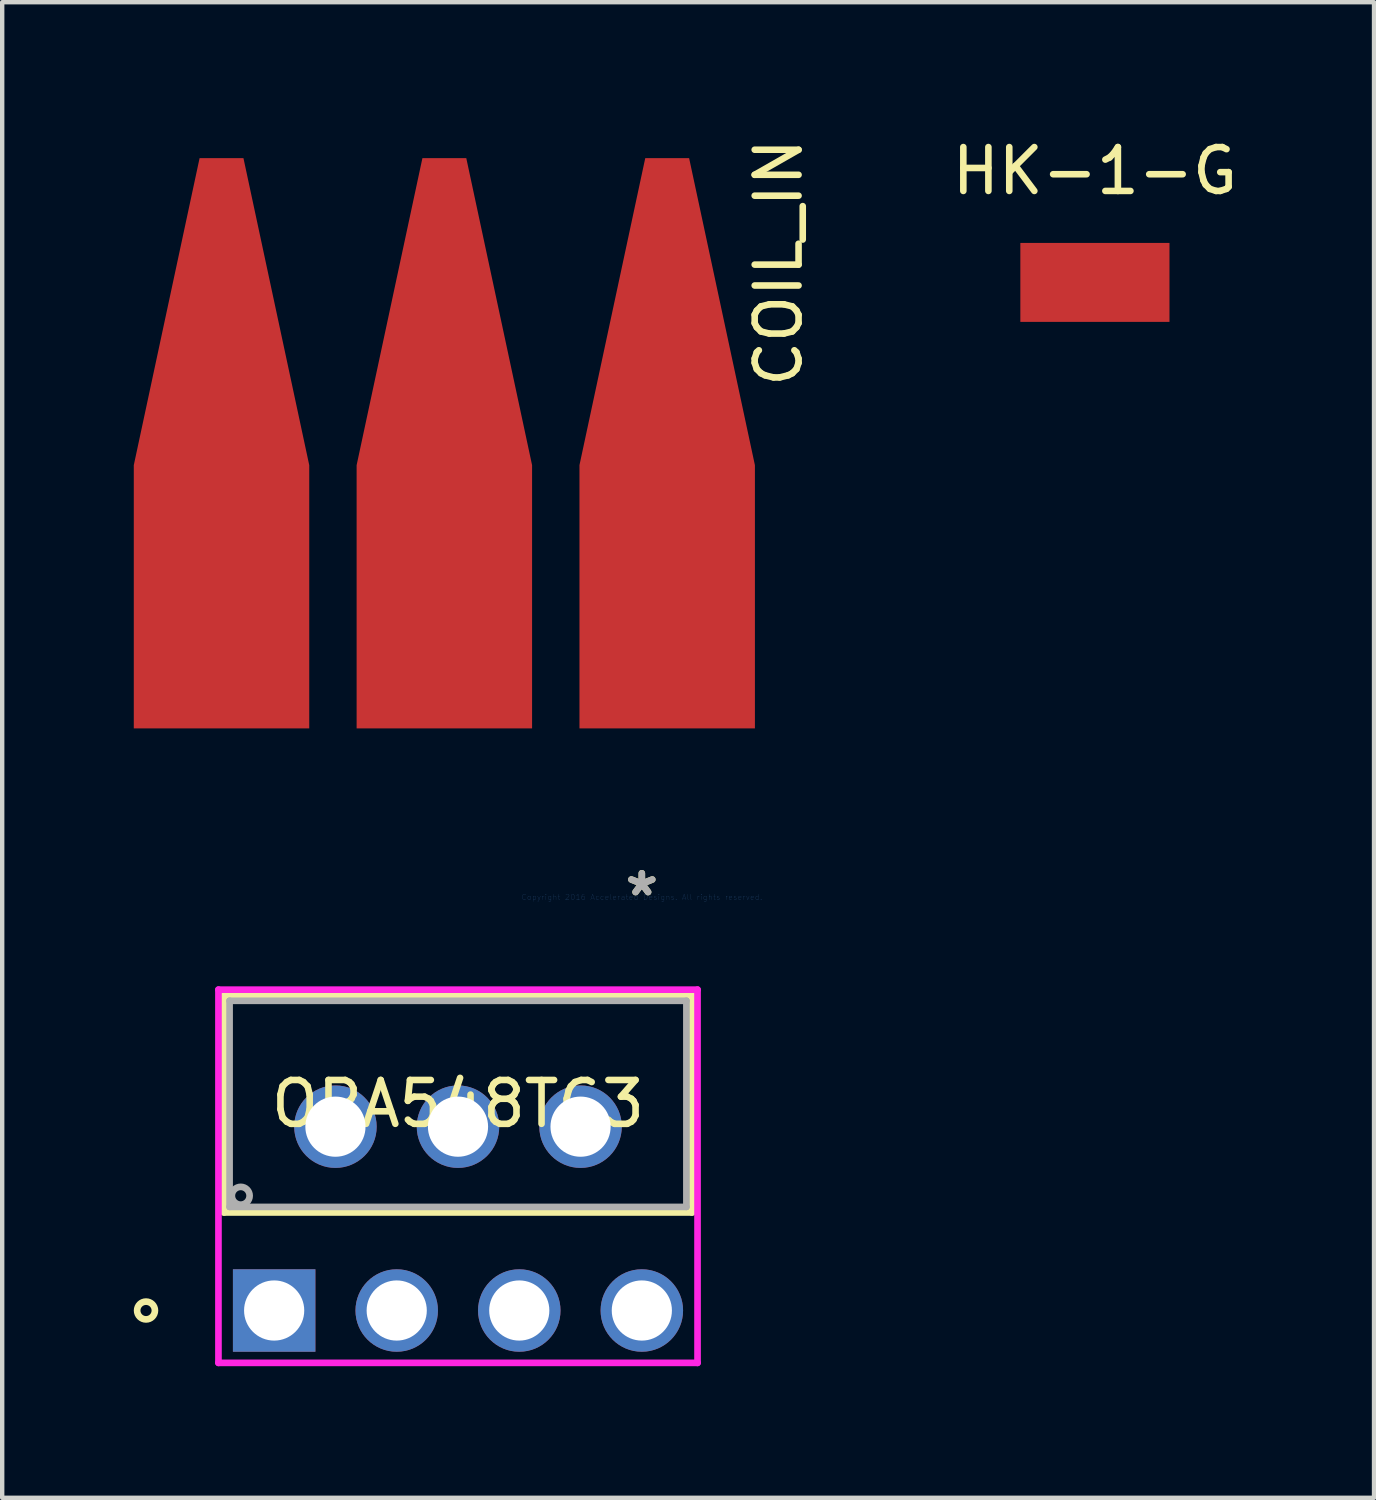
<source format=kicad_pcb>
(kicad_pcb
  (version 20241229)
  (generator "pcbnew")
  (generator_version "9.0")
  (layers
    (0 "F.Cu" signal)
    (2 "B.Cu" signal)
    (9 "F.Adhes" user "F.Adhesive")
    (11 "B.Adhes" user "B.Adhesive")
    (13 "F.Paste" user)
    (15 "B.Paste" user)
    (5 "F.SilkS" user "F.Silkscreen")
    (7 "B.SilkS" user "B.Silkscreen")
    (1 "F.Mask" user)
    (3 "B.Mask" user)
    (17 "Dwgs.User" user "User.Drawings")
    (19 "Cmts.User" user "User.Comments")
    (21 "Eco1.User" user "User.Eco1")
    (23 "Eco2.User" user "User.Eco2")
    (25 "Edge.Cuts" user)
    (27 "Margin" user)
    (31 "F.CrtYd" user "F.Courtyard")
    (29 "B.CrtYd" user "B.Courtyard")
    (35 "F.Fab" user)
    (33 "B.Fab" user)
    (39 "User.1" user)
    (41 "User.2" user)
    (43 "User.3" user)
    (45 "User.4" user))
  (footprint "COIL_IN"
    (layer "F.Cu")
    (at 7.08 13.095)
    (property "Reference" "COIL_IN" (at 7.62 -10.16 90) (layer "F.SilkS") (effects (font (size 1 1) (thickness 0.15))))
    (attr through_hole)
    (pad "1" smd custom (at -5.08 -2.54 90) (size 6 4) (layers "F.Cu" "F.Mask") (options (anchor rect)) (primitives (gr_poly (pts (xy 3 2) (xy 10 0.5) (xy 10 -0.5) (xy 3 -2)) (width 0) (fill yes))))
    (pad "2" smd custom (at 0 -2.54 90) (size 6 4) (layers "F.Cu" "F.Mask") (options (anchor rect)) (primitives (gr_poly (pts (xy 3 2) (xy 10 0.5) (xy 10 -0.5) (xy 3 -2)) (width 0) (fill yes))))
    (pad "3" smd custom (at 5.08 -2.54 90) (size 6 4) (layers "F.Cu" "F.Mask") (options (anchor rect)) (primitives (gr_poly (pts (xy 3 2) (xy 10 0.5) (xy 10 -0.5) (xy 3 -2)) (width 0) (fill yes)))))
  (footprint "OPA548TG3"
    (layer "F.Cu")
    (at 11.582 17.403)
    (property "Reference" "OPA548TG3" (at -4.191 4.712 0) (layer "F.SilkS") (effects (font (size 1 1) (thickness 0.15))))
    (attr through_hole)
    (fp_line (start -9.525 2.235) (end -9.525 7.188) (stroke (width 0.152) (type solid)) (layer "F.SilkS"))
    (fp_line (start -9.525 7.188) (end 1.143 7.188) (stroke (width 0.152) (type solid)) (layer "F.SilkS"))
    (fp_line (start 1.143 2.235) (end -9.525 2.235) (stroke (width 0.152) (type solid)) (layer "F.SilkS"))
    (fp_line (start 1.143 7.188) (end 1.143 2.235) (stroke (width 0.152) (type solid)) (layer "F.SilkS"))
    (fp_circle (center -11.303 9.423) (end -11.1 9.423) (stroke (width 0.152) (type solid)) (fill no) (layer "F.SilkS"))
    (fp_line (start -9.652 2.108) (end -9.652 10.617) (stroke (width 0.152) (type solid)) (layer "F.CrtYd"))
    (fp_line (start -9.652 10.617) (end 1.27 10.617) (stroke (width 0.152) (type solid)) (layer "F.CrtYd"))
    (fp_line (start 1.27 2.108) (end -9.652 2.108) (stroke (width 0.152) (type solid)) (layer "F.CrtYd"))
    (fp_line (start 1.27 10.617) (end 1.27 2.108) (stroke (width 0.152) (type solid)) (layer "F.CrtYd"))
    (fp_line (start -9.398 2.362) (end -9.398 7.061) (stroke (width 0.152) (type solid)) (layer "F.Fab"))
    (fp_line (start -9.398 7.061) (end 1.016 7.061) (stroke (width 0.152) (type solid)) (layer "F.Fab"))
    (fp_line (start 1.016 2.362) (end -9.398 2.362) (stroke (width 0.152) (type solid)) (layer "F.Fab"))
    (fp_line (start 1.016 7.061) (end 1.016 2.362) (stroke (width 0.152) (type solid)) (layer "F.Fab"))
    (fp_circle (center -9.144 6.807) (end -8.941 6.807) (stroke (width 0.152) (type solid)) (fill no) (layer "F.Fab"))
    (fp_text user "*" (at 0 0 0) (layer "F.SilkS") (effects (font (size 1 1) (thickness 0.15))))
    (fp_text user "Copyright 2016 Accelerated Designs. All rights reserved." (at 0 0 0) (layer "Cmts.User") (effects (font (size 0.127 0.127) (thickness 0.002))))
    (fp_text user "*" (at 0 0 0) (layer "F.Fab") (effects (font (size 1 1) (thickness 0.15))))
    (pad "1" thru_hole rect (at -8.382 9.423) (size 1.88 1.88) (drill 1.372) (layers "*.Cu" "*.Mask"))
    (pad "2" thru_hole circle (at -6.985 5.232) (size 1.88 1.88) (drill 1.372) (layers "*.Cu" "*.Mask"))
    (pad "3" thru_hole circle (at -5.588 9.423) (size 1.88 1.88) (drill 1.372) (layers "*.Cu" "*.Mask"))
    (pad "4" thru_hole circle (at -4.191 5.232) (size 1.88 1.88) (drill 1.372) (layers "*.Cu" "*.Mask"))
    (pad "5" thru_hole circle (at -2.794 9.423) (size 1.88 1.88) (drill 1.372) (layers "*.Cu" "*.Mask"))
    (pad "6" thru_hole circle (at -1.397 5.232) (size 1.88 1.88) (drill 1.372) (layers "*.Cu" "*.Mask"))
    (pad "7" thru_hole circle (at 0 9.423) (size 1.88 1.88) (drill 1.372) (layers "*.Cu" "*.Mask")))
  (footprint "HK-1-G"
    (layer "F.Cu")
    (at 21.911 3.388)
    (property "Reference" "HK-1-G" (at 0 -2.54 0) (layer "F.SilkS") (effects (font (size 1 1) (thickness 0.15))))
    (attr through_hole)
    (pad "1" smd rect (at 0 0) (size 3.4 1.8) (layers "F.Cu" "F.Mask" "F.Paste")))
  (gr_rect
    (start -3 -3)
    (end 28.274 31.096)
    (stroke (width 0.1) (type default))
    (fill no)
    (layer "Edge.Cuts")))
</source>
